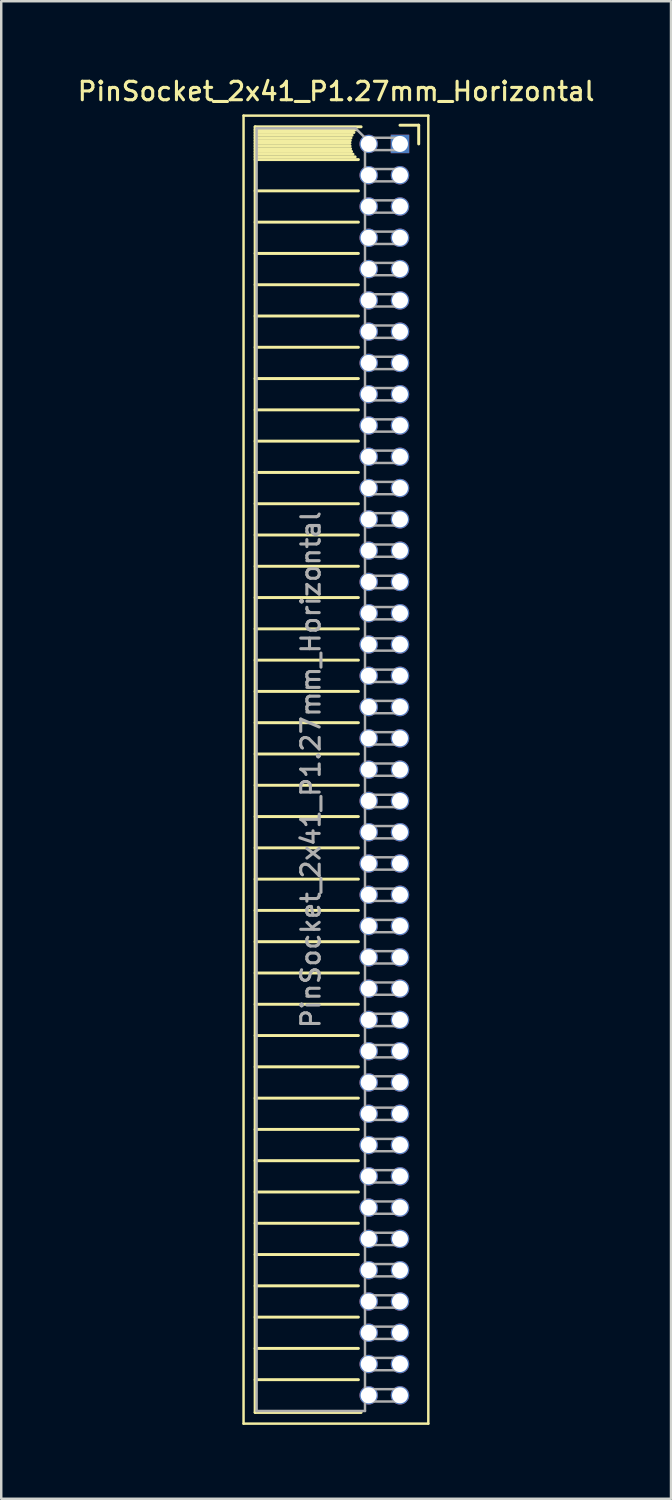
<source format=kicad_pcb>
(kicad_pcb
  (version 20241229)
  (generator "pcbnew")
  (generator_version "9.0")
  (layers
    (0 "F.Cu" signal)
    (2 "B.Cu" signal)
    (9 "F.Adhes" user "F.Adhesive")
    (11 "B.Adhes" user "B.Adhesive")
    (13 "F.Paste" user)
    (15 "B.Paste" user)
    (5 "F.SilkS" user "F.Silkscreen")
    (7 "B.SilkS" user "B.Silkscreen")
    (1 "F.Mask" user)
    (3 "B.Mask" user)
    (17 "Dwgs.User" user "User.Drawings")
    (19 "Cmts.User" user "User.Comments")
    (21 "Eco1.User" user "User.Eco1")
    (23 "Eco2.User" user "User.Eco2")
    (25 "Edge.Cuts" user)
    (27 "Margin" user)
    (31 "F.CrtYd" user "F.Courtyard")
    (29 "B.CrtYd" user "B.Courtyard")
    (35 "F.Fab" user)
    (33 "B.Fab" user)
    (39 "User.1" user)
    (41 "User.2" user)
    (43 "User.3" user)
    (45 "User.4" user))
  (footprint "PinSocket_2x41_P1.27mm_Horizontal"
    (layer "F.Cu")
    (at 13.187 2.793)
    (property "Reference" "PinSocket_2x41_P1.27mm_Horizontal" (at -2.592 -2.135 0) (layer "F.SilkS") (effects (font (size 0.75 0.75) (thickness 0.125))))
    (attr through_hole)
    (fp_line (start -6.35 -1.15) (end -6.35 51.95) (stroke (width 0.1) (type solid)) (layer "F.SilkS"))
    (fp_line (start -6.35 51.95) (end 1.15 51.95) (stroke (width 0.1) (type solid)) (layer "F.SilkS"))
    (fp_line (start -5.88 -0.695) (end -5.88 51.495) (stroke (width 0.12) (type solid)) (layer "F.SilkS"))
    (fp_line (start -5.88 -0.695) (end -1.578 -0.695) (stroke (width 0.12) (type solid)) (layer "F.SilkS"))
    (fp_line (start -5.88 -0.575) (end -1.767 -0.575) (stroke (width 0.12) (type solid)) (layer "F.SilkS"))
    (fp_line (start -5.88 -0.465) (end -1.871 -0.465) (stroke (width 0.12) (type solid)) (layer "F.SilkS"))
    (fp_line (start -5.88 -0.355) (end -1.942 -0.355) (stroke (width 0.12) (type solid)) (layer "F.SilkS"))
    (fp_line (start -5.88 -0.245) (end -1.989 -0.245) (stroke (width 0.12) (type solid)) (layer "F.SilkS"))
    (fp_line (start -5.88 -0.135) (end -2.018 -0.135) (stroke (width 0.12) (type solid)) (layer "F.SilkS"))
    (fp_line (start -5.88 -0.025) (end -2.03 -0.025) (stroke (width 0.12) (type solid)) (layer "F.SilkS"))
    (fp_line (start -5.88 0.085) (end -2.025 0.085) (stroke (width 0.12) (type solid)) (layer "F.SilkS"))
    (fp_line (start -5.88 0.195) (end -2.005 0.195) (stroke (width 0.12) (type solid)) (layer "F.SilkS"))
    (fp_line (start -5.88 0.305) (end -1.966 0.305) (stroke (width 0.12) (type solid)) (layer "F.SilkS"))
    (fp_line (start -5.88 0.415) (end -1.907 0.415) (stroke (width 0.12) (type solid)) (layer "F.SilkS"))
    (fp_line (start -5.88 0.525) (end -1.82 0.525) (stroke (width 0.12) (type solid)) (layer "F.SilkS"))
    (fp_line (start -5.88 0.635) (end -1.688 0.635) (stroke (width 0.12) (type solid)) (layer "F.SilkS"))
    (fp_line (start -5.88 1.905) (end -1.688 1.905) (stroke (width 0.12) (type solid)) (layer "F.SilkS"))
    (fp_line (start -5.88 3.175) (end -1.688 3.175) (stroke (width 0.12) (type solid)) (layer "F.SilkS"))
    (fp_line (start -5.88 4.445) (end -1.688 4.445) (stroke (width 0.12) (type solid)) (layer "F.SilkS"))
    (fp_line (start -5.88 5.715) (end -1.688 5.715) (stroke (width 0.12) (type solid)) (layer "F.SilkS"))
    (fp_line (start -5.88 6.985) (end -1.688 6.985) (stroke (width 0.12) (type solid)) (layer "F.SilkS"))
    (fp_line (start -5.88 8.255) (end -1.688 8.255) (stroke (width 0.12) (type solid)) (layer "F.SilkS"))
    (fp_line (start -5.88 9.525) (end -1.688 9.525) (stroke (width 0.12) (type solid)) (layer "F.SilkS"))
    (fp_line (start -5.88 10.795) (end -1.688 10.795) (stroke (width 0.12) (type solid)) (layer "F.SilkS"))
    (fp_line (start -5.88 12.065) (end -1.688 12.065) (stroke (width 0.12) (type solid)) (layer "F.SilkS"))
    (fp_line (start -5.88 13.335) (end -1.688 13.335) (stroke (width 0.12) (type solid)) (layer "F.SilkS"))
    (fp_line (start -5.88 14.605) (end -1.688 14.605) (stroke (width 0.12) (type solid)) (layer "F.SilkS"))
    (fp_line (start -5.88 15.875) (end -1.688 15.875) (stroke (width 0.12) (type solid)) (layer "F.SilkS"))
    (fp_line (start -5.88 17.145) (end -1.688 17.145) (stroke (width 0.12) (type solid)) (layer "F.SilkS"))
    (fp_line (start -5.88 18.415) (end -1.688 18.415) (stroke (width 0.12) (type solid)) (layer "F.SilkS"))
    (fp_line (start -5.88 19.685) (end -1.688 19.685) (stroke (width 0.12) (type solid)) (layer "F.SilkS"))
    (fp_line (start -5.88 20.955) (end -1.688 20.955) (stroke (width 0.12) (type solid)) (layer "F.SilkS"))
    (fp_line (start -5.88 22.225) (end -1.688 22.225) (stroke (width 0.12) (type solid)) (layer "F.SilkS"))
    (fp_line (start -5.88 23.495) (end -1.688 23.495) (stroke (width 0.12) (type solid)) (layer "F.SilkS"))
    (fp_line (start -5.88 24.765) (end -1.688 24.765) (stroke (width 0.12) (type solid)) (layer "F.SilkS"))
    (fp_line (start -5.88 26.035) (end -1.688 26.035) (stroke (width 0.12) (type solid)) (layer "F.SilkS"))
    (fp_line (start -5.88 27.305) (end -1.688 27.305) (stroke (width 0.12) (type solid)) (layer "F.SilkS"))
    (fp_line (start -5.88 28.575) (end -1.688 28.575) (stroke (width 0.12) (type solid)) (layer "F.SilkS"))
    (fp_line (start -5.88 29.845) (end -1.688 29.845) (stroke (width 0.12) (type solid)) (layer "F.SilkS"))
    (fp_line (start -5.88 31.115) (end -1.688 31.115) (stroke (width 0.12) (type solid)) (layer "F.SilkS"))
    (fp_line (start -5.88 32.385) (end -1.688 32.385) (stroke (width 0.12) (type solid)) (layer "F.SilkS"))
    (fp_line (start -5.88 33.655) (end -1.688 33.655) (stroke (width 0.12) (type solid)) (layer "F.SilkS"))
    (fp_line (start -5.88 34.925) (end -1.688 34.925) (stroke (width 0.12) (type solid)) (layer "F.SilkS"))
    (fp_line (start -5.88 36.195) (end -1.688 36.195) (stroke (width 0.12) (type solid)) (layer "F.SilkS"))
    (fp_line (start -5.88 37.465) (end -1.688 37.465) (stroke (width 0.12) (type solid)) (layer "F.SilkS"))
    (fp_line (start -5.88 38.735) (end -1.688 38.735) (stroke (width 0.12) (type solid)) (layer "F.SilkS"))
    (fp_line (start -5.88 40.005) (end -1.688 40.005) (stroke (width 0.12) (type solid)) (layer "F.SilkS"))
    (fp_line (start -5.88 41.275) (end -1.688 41.275) (stroke (width 0.12) (type solid)) (layer "F.SilkS"))
    (fp_line (start -5.88 42.545) (end -1.688 42.545) (stroke (width 0.12) (type solid)) (layer "F.SilkS"))
    (fp_line (start -5.88 43.815) (end -1.688 43.815) (stroke (width 0.12) (type solid)) (layer "F.SilkS"))
    (fp_line (start -5.88 45.085) (end -1.688 45.085) (stroke (width 0.12) (type solid)) (layer "F.SilkS"))
    (fp_line (start -5.88 46.355) (end -1.688 46.355) (stroke (width 0.12) (type solid)) (layer "F.SilkS"))
    (fp_line (start -5.88 47.625) (end -1.688 47.625) (stroke (width 0.12) (type solid)) (layer "F.SilkS"))
    (fp_line (start -5.88 48.895) (end -1.688 48.895) (stroke (width 0.12) (type solid)) (layer "F.SilkS"))
    (fp_line (start -5.88 50.165) (end -1.688 50.165) (stroke (width 0.12) (type solid)) (layer "F.SilkS"))
    (fp_line (start -5.88 51.495) (end -1.578 51.495) (stroke (width 0.12) (type solid)) (layer "F.SilkS"))
    (fp_line (start 0 -0.76) (end 0.76 -0.76) (stroke (width 0.12) (type solid)) (layer "F.SilkS"))
    (fp_line (start 0.76 -0.76) (end 0.76 0) (stroke (width 0.12) (type solid)) (layer "F.SilkS"))
    (fp_line (start 1.15 -1.15) (end -6.35 -1.15) (stroke (width 0.1) (type solid)) (layer "F.SilkS"))
    (fp_line (start 1.15 51.95) (end 1.15 -1.15) (stroke (width 0.1) (type solid)) (layer "F.SilkS"))
    (fp_line (start -5.82 -0.635) (end -1.805 -0.635) (stroke (width 0.1) (type solid)) (layer "F.Fab"))
    (fp_line (start -5.82 51.435) (end -5.82 -0.635) (stroke (width 0.1) (type solid)) (layer "F.Fab"))
    (fp_line (start -1.805 -0.635) (end -1.42 -0.25) (stroke (width 0.1) (type solid)) (layer "F.Fab"))
    (fp_line (start -1.42 -0.25) (end -1.42 51.435) (stroke (width 0.1) (type solid)) (layer "F.Fab"))
    (fp_line (start -1.42 0.25) (end 0 0.25) (stroke (width 0.1) (type solid)) (layer "F.Fab"))
    (fp_line (start -1.42 1.52) (end 0 1.52) (stroke (width 0.1) (type solid)) (layer "F.Fab"))
    (fp_line (start -1.42 2.79) (end 0 2.79) (stroke (width 0.1) (type solid)) (layer "F.Fab"))
    (fp_line (start -1.42 4.06) (end 0 4.06) (stroke (width 0.1) (type solid)) (layer "F.Fab"))
    (fp_line (start -1.42 5.33) (end 0 5.33) (stroke (width 0.1) (type solid)) (layer "F.Fab"))
    (fp_line (start -1.42 6.6) (end 0 6.6) (stroke (width 0.1) (type solid)) (layer "F.Fab"))
    (fp_line (start -1.42 7.87) (end 0 7.87) (stroke (width 0.1) (type solid)) (layer "F.Fab"))
    (fp_line (start -1.42 9.14) (end 0 9.14) (stroke (width 0.1) (type solid)) (layer "F.Fab"))
    (fp_line (start -1.42 10.41) (end 0 10.41) (stroke (width 0.1) (type solid)) (layer "F.Fab"))
    (fp_line (start -1.42 11.68) (end 0 11.68) (stroke (width 0.1) (type solid)) (layer "F.Fab"))
    (fp_line (start -1.42 12.95) (end 0 12.95) (stroke (width 0.1) (type solid)) (layer "F.Fab"))
    (fp_line (start -1.42 14.22) (end 0 14.22) (stroke (width 0.1) (type solid)) (layer "F.Fab"))
    (fp_line (start -1.42 15.49) (end 0 15.49) (stroke (width 0.1) (type solid)) (layer "F.Fab"))
    (fp_line (start -1.42 16.76) (end 0 16.76) (stroke (width 0.1) (type solid)) (layer "F.Fab"))
    (fp_line (start -1.42 18.03) (end 0 18.03) (stroke (width 0.1) (type solid)) (layer "F.Fab"))
    (fp_line (start -1.42 19.3) (end 0 19.3) (stroke (width 0.1) (type solid)) (layer "F.Fab"))
    (fp_line (start -1.42 20.57) (end 0 20.57) (stroke (width 0.1) (type solid)) (layer "F.Fab"))
    (fp_line (start -1.42 21.84) (end 0 21.84) (stroke (width 0.1) (type solid)) (layer "F.Fab"))
    (fp_line (start -1.42 23.11) (end 0 23.11) (stroke (width 0.1) (type solid)) (layer "F.Fab"))
    (fp_line (start -1.42 24.38) (end 0 24.38) (stroke (width 0.1) (type solid)) (layer "F.Fab"))
    (fp_line (start -1.42 25.65) (end 0 25.65) (stroke (width 0.1) (type solid)) (layer "F.Fab"))
    (fp_line (start -1.42 26.92) (end 0 26.92) (stroke (width 0.1) (type solid)) (layer "F.Fab"))
    (fp_line (start -1.42 28.19) (end 0 28.19) (stroke (width 0.1) (type solid)) (layer "F.Fab"))
    (fp_line (start -1.42 29.46) (end 0 29.46) (stroke (width 0.1) (type solid)) (layer "F.Fab"))
    (fp_line (start -1.42 30.73) (end 0 30.73) (stroke (width 0.1) (type solid)) (layer "F.Fab"))
    (fp_line (start -1.42 32) (end 0 32) (stroke (width 0.1) (type solid)) (layer "F.Fab"))
    (fp_line (start -1.42 33.27) (end 0 33.27) (stroke (width 0.1) (type solid)) (layer "F.Fab"))
    (fp_line (start -1.42 34.54) (end 0 34.54) (stroke (width 0.1) (type solid)) (layer "F.Fab"))
    (fp_line (start -1.42 35.81) (end 0 35.81) (stroke (width 0.1) (type solid)) (layer "F.Fab"))
    (fp_line (start -1.42 37.08) (end 0 37.08) (stroke (width 0.1) (type solid)) (layer "F.Fab"))
    (fp_line (start -1.42 38.35) (end 0 38.35) (stroke (width 0.1) (type solid)) (layer "F.Fab"))
    (fp_line (start -1.42 39.62) (end 0 39.62) (stroke (width 0.1) (type solid)) (layer "F.Fab"))
    (fp_line (start -1.42 40.89) (end 0 40.89) (stroke (width 0.1) (type solid)) (layer "F.Fab"))
    (fp_line (start -1.42 42.16) (end 0 42.16) (stroke (width 0.1) (type solid)) (layer "F.Fab"))
    (fp_line (start -1.42 43.43) (end 0 43.43) (stroke (width 0.1) (type solid)) (layer "F.Fab"))
    (fp_line (start -1.42 44.7) (end 0 44.7) (stroke (width 0.1) (type solid)) (layer "F.Fab"))
    (fp_line (start -1.42 45.97) (end 0 45.97) (stroke (width 0.1) (type solid)) (layer "F.Fab"))
    (fp_line (start -1.42 47.24) (end 0 47.24) (stroke (width 0.1) (type solid)) (layer "F.Fab"))
    (fp_line (start -1.42 48.51) (end 0 48.51) (stroke (width 0.1) (type solid)) (layer "F.Fab"))
    (fp_line (start -1.42 49.78) (end 0 49.78) (stroke (width 0.1) (type solid)) (layer "F.Fab"))
    (fp_line (start -1.42 51.05) (end 0 51.05) (stroke (width 0.1) (type solid)) (layer "F.Fab"))
    (fp_line (start -1.42 51.435) (end -5.82 51.435) (stroke (width 0.1) (type solid)) (layer "F.Fab"))
    (fp_line (start 0 -0.25) (end -1.42 -0.25) (stroke (width 0.1) (type solid)) (layer "F.Fab"))
    (fp_line (start 0 0.25) (end 0 -0.25) (stroke (width 0.1) (type solid)) (layer "F.Fab"))
    (fp_line (start 0 1.02) (end -1.42 1.02) (stroke (width 0.1) (type solid)) (layer "F.Fab"))
    (fp_line (start 0 1.52) (end 0 1.02) (stroke (width 0.1) (type solid)) (layer "F.Fab"))
    (fp_line (start 0 2.29) (end -1.42 2.29) (stroke (width 0.1) (type solid)) (layer "F.Fab"))
    (fp_line (start 0 2.79) (end 0 2.29) (stroke (width 0.1) (type solid)) (layer "F.Fab"))
    (fp_line (start 0 3.56) (end -1.42 3.56) (stroke (width 0.1) (type solid)) (layer "F.Fab"))
    (fp_line (start 0 4.06) (end 0 3.56) (stroke (width 0.1) (type solid)) (layer "F.Fab"))
    (fp_line (start 0 4.83) (end -1.42 4.83) (stroke (width 0.1) (type solid)) (layer "F.Fab"))
    (fp_line (start 0 5.33) (end 0 4.83) (stroke (width 0.1) (type solid)) (layer "F.Fab"))
    (fp_line (start 0 6.1) (end -1.42 6.1) (stroke (width 0.1) (type solid)) (layer "F.Fab"))
    (fp_line (start 0 6.6) (end 0 6.1) (stroke (width 0.1) (type solid)) (layer "F.Fab"))
    (fp_line (start 0 7.37) (end -1.42 7.37) (stroke (width 0.1) (type solid)) (layer "F.Fab"))
    (fp_line (start 0 7.87) (end 0 7.37) (stroke (width 0.1) (type solid)) (layer "F.Fab"))
    (fp_line (start 0 8.64) (end -1.42 8.64) (stroke (width 0.1) (type solid)) (layer "F.Fab"))
    (fp_line (start 0 9.14) (end 0 8.64) (stroke (width 0.1) (type solid)) (layer "F.Fab"))
    (fp_line (start 0 9.91) (end -1.42 9.91) (stroke (width 0.1) (type solid)) (layer "F.Fab"))
    (fp_line (start 0 10.41) (end 0 9.91) (stroke (width 0.1) (type solid)) (layer "F.Fab"))
    (fp_line (start 0 11.18) (end -1.42 11.18) (stroke (width 0.1) (type solid)) (layer "F.Fab"))
    (fp_line (start 0 11.68) (end 0 11.18) (stroke (width 0.1) (type solid)) (layer "F.Fab"))
    (fp_line (start 0 12.45) (end -1.42 12.45) (stroke (width 0.1) (type solid)) (layer "F.Fab"))
    (fp_line (start 0 12.95) (end 0 12.45) (stroke (width 0.1) (type solid)) (layer "F.Fab"))
    (fp_line (start 0 13.72) (end -1.42 13.72) (stroke (width 0.1) (type solid)) (layer "F.Fab"))
    (fp_line (start 0 14.22) (end 0 13.72) (stroke (width 0.1) (type solid)) (layer "F.Fab"))
    (fp_line (start 0 14.99) (end -1.42 14.99) (stroke (width 0.1) (type solid)) (layer "F.Fab"))
    (fp_line (start 0 15.49) (end 0 14.99) (stroke (width 0.1) (type solid)) (layer "F.Fab"))
    (fp_line (start 0 16.26) (end -1.42 16.26) (stroke (width 0.1) (type solid)) (layer "F.Fab"))
    (fp_line (start 0 16.76) (end 0 16.26) (stroke (width 0.1) (type solid)) (layer "F.Fab"))
    (fp_line (start 0 17.53) (end -1.42 17.53) (stroke (width 0.1) (type solid)) (layer "F.Fab"))
    (fp_line (start 0 18.03) (end 0 17.53) (stroke (width 0.1) (type solid)) (layer "F.Fab"))
    (fp_line (start 0 18.8) (end -1.42 18.8) (stroke (width 0.1) (type solid)) (layer "F.Fab"))
    (fp_line (start 0 19.3) (end 0 18.8) (stroke (width 0.1) (type solid)) (layer "F.Fab"))
    (fp_line (start 0 20.07) (end -1.42 20.07) (stroke (width 0.1) (type solid)) (layer "F.Fab"))
    (fp_line (start 0 20.57) (end 0 20.07) (stroke (width 0.1) (type solid)) (layer "F.Fab"))
    (fp_line (start 0 21.34) (end -1.42 21.34) (stroke (width 0.1) (type solid)) (layer "F.Fab"))
    (fp_line (start 0 21.84) (end 0 21.34) (stroke (width 0.1) (type solid)) (layer "F.Fab"))
    (fp_line (start 0 22.61) (end -1.42 22.61) (stroke (width 0.1) (type solid)) (layer "F.Fab"))
    (fp_line (start 0 23.11) (end 0 22.61) (stroke (width 0.1) (type solid)) (layer "F.Fab"))
    (fp_line (start 0 23.88) (end -1.42 23.88) (stroke (width 0.1) (type solid)) (layer "F.Fab"))
    (fp_line (start 0 24.38) (end 0 23.88) (stroke (width 0.1) (type solid)) (layer "F.Fab"))
    (fp_line (start 0 25.15) (end -1.42 25.15) (stroke (width 0.1) (type solid)) (layer "F.Fab"))
    (fp_line (start 0 25.65) (end 0 25.15) (stroke (width 0.1) (type solid)) (layer "F.Fab"))
    (fp_line (start 0 26.42) (end -1.42 26.42) (stroke (width 0.1) (type solid)) (layer "F.Fab"))
    (fp_line (start 0 26.92) (end 0 26.42) (stroke (width 0.1) (type solid)) (layer "F.Fab"))
    (fp_line (start 0 27.69) (end -1.42 27.69) (stroke (width 0.1) (type solid)) (layer "F.Fab"))
    (fp_line (start 0 28.19) (end 0 27.69) (stroke (width 0.1) (type solid)) (layer "F.Fab"))
    (fp_line (start 0 28.96) (end -1.42 28.96) (stroke (width 0.1) (type solid)) (layer "F.Fab"))
    (fp_line (start 0 29.46) (end 0 28.96) (stroke (width 0.1) (type solid)) (layer "F.Fab"))
    (fp_line (start 0 30.23) (end -1.42 30.23) (stroke (width 0.1) (type solid)) (layer "F.Fab"))
    (fp_line (start 0 30.73) (end 0 30.23) (stroke (width 0.1) (type solid)) (layer "F.Fab"))
    (fp_line (start 0 31.5) (end -1.42 31.5) (stroke (width 0.1) (type solid)) (layer "F.Fab"))
    (fp_line (start 0 32) (end 0 31.5) (stroke (width 0.1) (type solid)) (layer "F.Fab"))
    (fp_line (start 0 32.77) (end -1.42 32.77) (stroke (width 0.1) (type solid)) (layer "F.Fab"))
    (fp_line (start 0 33.27) (end 0 32.77) (stroke (width 0.1) (type solid)) (layer "F.Fab"))
    (fp_line (start 0 34.04) (end -1.42 34.04) (stroke (width 0.1) (type solid)) (layer "F.Fab"))
    (fp_line (start 0 34.54) (end 0 34.04) (stroke (width 0.1) (type solid)) (layer "F.Fab"))
    (fp_line (start 0 35.31) (end -1.42 35.31) (stroke (width 0.1) (type solid)) (layer "F.Fab"))
    (fp_line (start 0 35.81) (end 0 35.31) (stroke (width 0.1) (type solid)) (layer "F.Fab"))
    (fp_line (start 0 36.58) (end -1.42 36.58) (stroke (width 0.1) (type solid)) (layer "F.Fab"))
    (fp_line (start 0 37.08) (end 0 36.58) (stroke (width 0.1) (type solid)) (layer "F.Fab"))
    (fp_line (start 0 37.85) (end -1.42 37.85) (stroke (width 0.1) (type solid)) (layer "F.Fab"))
    (fp_line (start 0 38.35) (end 0 37.85) (stroke (width 0.1) (type solid)) (layer "F.Fab"))
    (fp_line (start 0 39.12) (end -1.42 39.12) (stroke (width 0.1) (type solid)) (layer "F.Fab"))
    (fp_line (start 0 39.62) (end 0 39.12) (stroke (width 0.1) (type solid)) (layer "F.Fab"))
    (fp_line (start 0 40.39) (end -1.42 40.39) (stroke (width 0.1) (type solid)) (layer "F.Fab"))
    (fp_line (start 0 40.89) (end 0 40.39) (stroke (width 0.1) (type solid)) (layer "F.Fab"))
    (fp_line (start 0 41.66) (end -1.42 41.66) (stroke (width 0.1) (type solid)) (layer "F.Fab"))
    (fp_line (start 0 42.16) (end 0 41.66) (stroke (width 0.1) (type solid)) (layer "F.Fab"))
    (fp_line (start 0 42.93) (end -1.42 42.93) (stroke (width 0.1) (type solid)) (layer "F.Fab"))
    (fp_line (start 0 43.43) (end 0 42.93) (stroke (width 0.1) (type solid)) (layer "F.Fab"))
    (fp_line (start 0 44.2) (end -1.42 44.2) (stroke (width 0.1) (type solid)) (layer "F.Fab"))
    (fp_line (start 0 44.7) (end 0 44.2) (stroke (width 0.1) (type solid)) (layer "F.Fab"))
    (fp_line (start 0 45.47) (end -1.42 45.47) (stroke (width 0.1) (type solid)) (layer "F.Fab"))
    (fp_line (start 0 45.97) (end 0 45.47) (stroke (width 0.1) (type solid)) (layer "F.Fab"))
    (fp_line (start 0 46.74) (end -1.42 46.74) (stroke (width 0.1) (type solid)) (layer "F.Fab"))
    (fp_line (start 0 47.24) (end 0 46.74) (stroke (width 0.1) (type solid)) (layer "F.Fab"))
    (fp_line (start 0 48.01) (end -1.42 48.01) (stroke (width 0.1) (type solid)) (layer "F.Fab"))
    (fp_line (start 0 48.51) (end 0 48.01) (stroke (width 0.1) (type solid)) (layer "F.Fab"))
    (fp_line (start 0 49.28) (end -1.42 49.28) (stroke (width 0.1) (type solid)) (layer "F.Fab"))
    (fp_line (start 0 49.78) (end 0 49.28) (stroke (width 0.1) (type solid)) (layer "F.Fab"))
    (fp_line (start 0 50.55) (end -1.42 50.55) (stroke (width 0.1) (type solid)) (layer "F.Fab"))
    (fp_line (start 0 51.05) (end 0 50.55) (stroke (width 0.1) (type solid)) (layer "F.Fab"))
    (fp_text user "${REFERENCE}" (at -3.62 25.4 90) (layer "F.Fab") (effects (font (size 0.75 0.75) (thickness 0.125))))
    (pad "1" thru_hole rect (at 0 0) (size 0.75 0.75) (drill 0.65) (layers "*.Cu" "*.Mask"))
    (pad "2" thru_hole oval (at -1.27 0) (size 0.75 0.75) (drill 0.65) (layers "*.Cu" "*.Mask"))
    (pad "3" thru_hole oval (at 0 1.27) (size 0.75 0.75) (drill 0.65) (layers "*.Cu" "*.Mask"))
    (pad "4" thru_hole oval (at -1.27 1.27) (size 0.75 0.75) (drill 0.65) (layers "*.Cu" "*.Mask"))
    (pad "5" thru_hole oval (at 0 2.54) (size 0.75 0.75) (drill 0.65) (layers "*.Cu" "*.Mask"))
    (pad "6" thru_hole oval (at -1.27 2.54) (size 0.75 0.75) (drill 0.65) (layers "*.Cu" "*.Mask"))
    (pad "7" thru_hole oval (at 0 3.81) (size 0.75 0.75) (drill 0.65) (layers "*.Cu" "*.Mask"))
    (pad "8" thru_hole oval (at -1.27 3.81) (size 0.75 0.75) (drill 0.65) (layers "*.Cu" "*.Mask"))
    (pad "9" thru_hole oval (at 0 5.08) (size 0.75 0.75) (drill 0.65) (layers "*.Cu" "*.Mask"))
    (pad "10" thru_hole oval (at -1.27 5.08) (size 0.75 0.75) (drill 0.65) (layers "*.Cu" "*.Mask"))
    (pad "11" thru_hole oval (at 0 6.35) (size 0.75 0.75) (drill 0.65) (layers "*.Cu" "*.Mask"))
    (pad "12" thru_hole oval (at -1.27 6.35) (size 0.75 0.75) (drill 0.65) (layers "*.Cu" "*.Mask"))
    (pad "13" thru_hole oval (at 0 7.62) (size 0.75 0.75) (drill 0.65) (layers "*.Cu" "*.Mask"))
    (pad "14" thru_hole oval (at -1.27 7.62) (size 0.75 0.75) (drill 0.65) (layers "*.Cu" "*.Mask"))
    (pad "15" thru_hole oval (at 0 8.89) (size 0.75 0.75) (drill 0.65) (layers "*.Cu" "*.Mask"))
    (pad "16" thru_hole oval (at -1.27 8.89) (size 0.75 0.75) (drill 0.65) (layers "*.Cu" "*.Mask"))
    (pad "17" thru_hole oval (at 0 10.16) (size 0.75 0.75) (drill 0.65) (layers "*.Cu" "*.Mask"))
    (pad "18" thru_hole oval (at -1.27 10.16) (size 0.75 0.75) (drill 0.65) (layers "*.Cu" "*.Mask"))
    (pad "19" thru_hole oval (at 0 11.43) (size 0.75 0.75) (drill 0.65) (layers "*.Cu" "*.Mask"))
    (pad "20" thru_hole oval (at -1.27 11.43) (size 0.75 0.75) (drill 0.65) (layers "*.Cu" "*.Mask"))
    (pad "21" thru_hole oval (at 0 12.7) (size 0.75 0.75) (drill 0.65) (layers "*.Cu" "*.Mask"))
    (pad "22" thru_hole oval (at -1.27 12.7) (size 0.75 0.75) (drill 0.65) (layers "*.Cu" "*.Mask"))
    (pad "23" thru_hole oval (at 0 13.97) (size 0.75 0.75) (drill 0.65) (layers "*.Cu" "*.Mask"))
    (pad "24" thru_hole oval (at -1.27 13.97) (size 0.75 0.75) (drill 0.65) (layers "*.Cu" "*.Mask"))
    (pad "25" thru_hole oval (at 0 15.24) (size 0.75 0.75) (drill 0.65) (layers "*.Cu" "*.Mask"))
    (pad "26" thru_hole oval (at -1.27 15.24) (size 0.75 0.75) (drill 0.65) (layers "*.Cu" "*.Mask"))
    (pad "27" thru_hole oval (at 0 16.51) (size 0.75 0.75) (drill 0.65) (layers "*.Cu" "*.Mask"))
    (pad "28" thru_hole oval (at -1.27 16.51) (size 0.75 0.75) (drill 0.65) (layers "*.Cu" "*.Mask"))
    (pad "29" thru_hole oval (at 0 17.78) (size 0.75 0.75) (drill 0.65) (layers "*.Cu" "*.Mask"))
    (pad "30" thru_hole oval (at -1.27 17.78) (size 0.75 0.75) (drill 0.65) (layers "*.Cu" "*.Mask"))
    (pad "31" thru_hole oval (at 0 19.05) (size 0.75 0.75) (drill 0.65) (layers "*.Cu" "*.Mask"))
    (pad "32" thru_hole oval (at -1.27 19.05) (size 0.75 0.75) (drill 0.65) (layers "*.Cu" "*.Mask"))
    (pad "33" thru_hole oval (at 0 20.32) (size 0.75 0.75) (drill 0.65) (layers "*.Cu" "*.Mask"))
    (pad "34" thru_hole oval (at -1.27 20.32) (size 0.75 0.75) (drill 0.65) (layers "*.Cu" "*.Mask"))
    (pad "35" thru_hole oval (at 0 21.59) (size 0.75 0.75) (drill 0.65) (layers "*.Cu" "*.Mask"))
    (pad "36" thru_hole oval (at -1.27 21.59) (size 0.75 0.75) (drill 0.65) (layers "*.Cu" "*.Mask"))
    (pad "37" thru_hole oval (at 0 22.86) (size 0.75 0.75) (drill 0.65) (layers "*.Cu" "*.Mask"))
    (pad "38" thru_hole oval (at -1.27 22.86) (size 0.75 0.75) (drill 0.65) (layers "*.Cu" "*.Mask"))
    (pad "39" thru_hole oval (at 0 24.13) (size 0.75 0.75) (drill 0.65) (layers "*.Cu" "*.Mask"))
    (pad "40" thru_hole oval (at -1.27 24.13) (size 0.75 0.75) (drill 0.65) (layers "*.Cu" "*.Mask"))
    (pad "41" thru_hole oval (at 0 25.4) (size 0.75 0.75) (drill 0.65) (layers "*.Cu" "*.Mask"))
    (pad "42" thru_hole oval (at -1.27 25.4) (size 0.75 0.75) (drill 0.65) (layers "*.Cu" "*.Mask"))
    (pad "43" thru_hole oval (at 0 26.67) (size 0.75 0.75) (drill 0.65) (layers "*.Cu" "*.Mask"))
    (pad "44" thru_hole oval (at -1.27 26.67) (size 0.75 0.75) (drill 0.65) (layers "*.Cu" "*.Mask"))
    (pad "45" thru_hole oval (at 0 27.94) (size 0.75 0.75) (drill 0.65) (layers "*.Cu" "*.Mask"))
    (pad "46" thru_hole oval (at -1.27 27.94) (size 0.75 0.75) (drill 0.65) (layers "*.Cu" "*.Mask"))
    (pad "47" thru_hole oval (at 0 29.21) (size 0.75 0.75) (drill 0.65) (layers "*.Cu" "*.Mask"))
    (pad "48" thru_hole oval (at -1.27 29.21) (size 0.75 0.75) (drill 0.65) (layers "*.Cu" "*.Mask"))
    (pad "49" thru_hole oval (at 0 30.48) (size 0.75 0.75) (drill 0.65) (layers "*.Cu" "*.Mask"))
    (pad "50" thru_hole oval (at -1.27 30.48) (size 0.75 0.75) (drill 0.65) (layers "*.Cu" "*.Mask"))
    (pad "51" thru_hole oval (at 0 31.75) (size 0.75 0.75) (drill 0.65) (layers "*.Cu" "*.Mask"))
    (pad "52" thru_hole oval (at -1.27 31.75) (size 0.75 0.75) (drill 0.65) (layers "*.Cu" "*.Mask"))
    (pad "53" thru_hole oval (at 0 33.02) (size 0.75 0.75) (drill 0.65) (layers "*.Cu" "*.Mask"))
    (pad "54" thru_hole oval (at -1.27 33.02) (size 0.75 0.75) (drill 0.65) (layers "*.Cu" "*.Mask"))
    (pad "55" thru_hole oval (at 0 34.29) (size 0.75 0.75) (drill 0.65) (layers "*.Cu" "*.Mask"))
    (pad "56" thru_hole oval (at -1.27 34.29) (size 0.75 0.75) (drill 0.65) (layers "*.Cu" "*.Mask"))
    (pad "57" thru_hole oval (at 0 35.56) (size 0.75 0.75) (drill 0.65) (layers "*.Cu" "*.Mask"))
    (pad "58" thru_hole oval (at -1.27 35.56) (size 0.75 0.75) (drill 0.65) (layers "*.Cu" "*.Mask"))
    (pad "59" thru_hole oval (at 0 36.83) (size 0.75 0.75) (drill 0.65) (layers "*.Cu" "*.Mask"))
    (pad "60" thru_hole oval (at -1.27 36.83) (size 0.75 0.75) (drill 0.65) (layers "*.Cu" "*.Mask"))
    (pad "61" thru_hole oval (at 0 38.1) (size 0.75 0.75) (drill 0.65) (layers "*.Cu" "*.Mask"))
    (pad "62" thru_hole oval (at -1.27 38.1) (size 0.75 0.75) (drill 0.65) (layers "*.Cu" "*.Mask"))
    (pad "63" thru_hole oval (at 0 39.37) (size 0.75 0.75) (drill 0.65) (layers "*.Cu" "*.Mask"))
    (pad "64" thru_hole oval (at -1.27 39.37) (size 0.75 0.75) (drill 0.65) (layers "*.Cu" "*.Mask"))
    (pad "65" thru_hole oval (at 0 40.64) (size 0.75 0.75) (drill 0.65) (layers "*.Cu" "*.Mask"))
    (pad "66" thru_hole oval (at -1.27 40.64) (size 0.75 0.75) (drill 0.65) (layers "*.Cu" "*.Mask"))
    (pad "67" thru_hole oval (at 0 41.91) (size 0.75 0.75) (drill 0.65) (layers "*.Cu" "*.Mask"))
    (pad "68" thru_hole oval (at -1.27 41.91) (size 0.75 0.75) (drill 0.65) (layers "*.Cu" "*.Mask"))
    (pad "69" thru_hole oval (at 0 43.18) (size 0.75 0.75) (drill 0.65) (layers "*.Cu" "*.Mask"))
    (pad "70" thru_hole oval (at -1.27 43.18) (size 0.75 0.75) (drill 0.65) (layers "*.Cu" "*.Mask"))
    (pad "71" thru_hole oval (at 0 44.45) (size 0.75 0.75) (drill 0.65) (layers "*.Cu" "*.Mask"))
    (pad "72" thru_hole oval (at -1.27 44.45) (size 0.75 0.75) (drill 0.65) (layers "*.Cu" "*.Mask"))
    (pad "73" thru_hole oval (at 0 45.72) (size 0.75 0.75) (drill 0.65) (layers "*.Cu" "*.Mask"))
    (pad "74" thru_hole oval (at -1.27 45.72) (size 0.75 0.75) (drill 0.65) (layers "*.Cu" "*.Mask"))
    (pad "75" thru_hole oval (at 0 46.99) (size 0.75 0.75) (drill 0.65) (layers "*.Cu" "*.Mask"))
    (pad "76" thru_hole oval (at -1.27 46.99) (size 0.75 0.75) (drill 0.65) (layers "*.Cu" "*.Mask"))
    (pad "77" thru_hole oval (at 0 48.26) (size 0.75 0.75) (drill 0.65) (layers "*.Cu" "*.Mask"))
    (pad "78" thru_hole oval (at -1.27 48.26) (size 0.75 0.75) (drill 0.65) (layers "*.Cu" "*.Mask"))
    (pad "79" thru_hole oval (at 0 49.53) (size 0.75 0.75) (drill 0.65) (layers "*.Cu" "*.Mask"))
    (pad "80" thru_hole oval (at -1.27 49.53) (size 0.75 0.75) (drill 0.65) (layers "*.Cu" "*.Mask"))
    (pad "81" thru_hole oval (at 0 50.8) (size 0.75 0.75) (drill 0.65) (layers "*.Cu" "*.Mask"))
    (pad "82" thru_hole oval (at -1.27 50.8) (size 0.75 0.75) (drill 0.65) (layers "*.Cu" "*.Mask")))
  (gr_rect
    (start -3 -3)
    (end 24.189 57.793)
    (stroke (width 0.1) (type default))
    (fill no)
    (layer "Edge.Cuts")))
</source>
